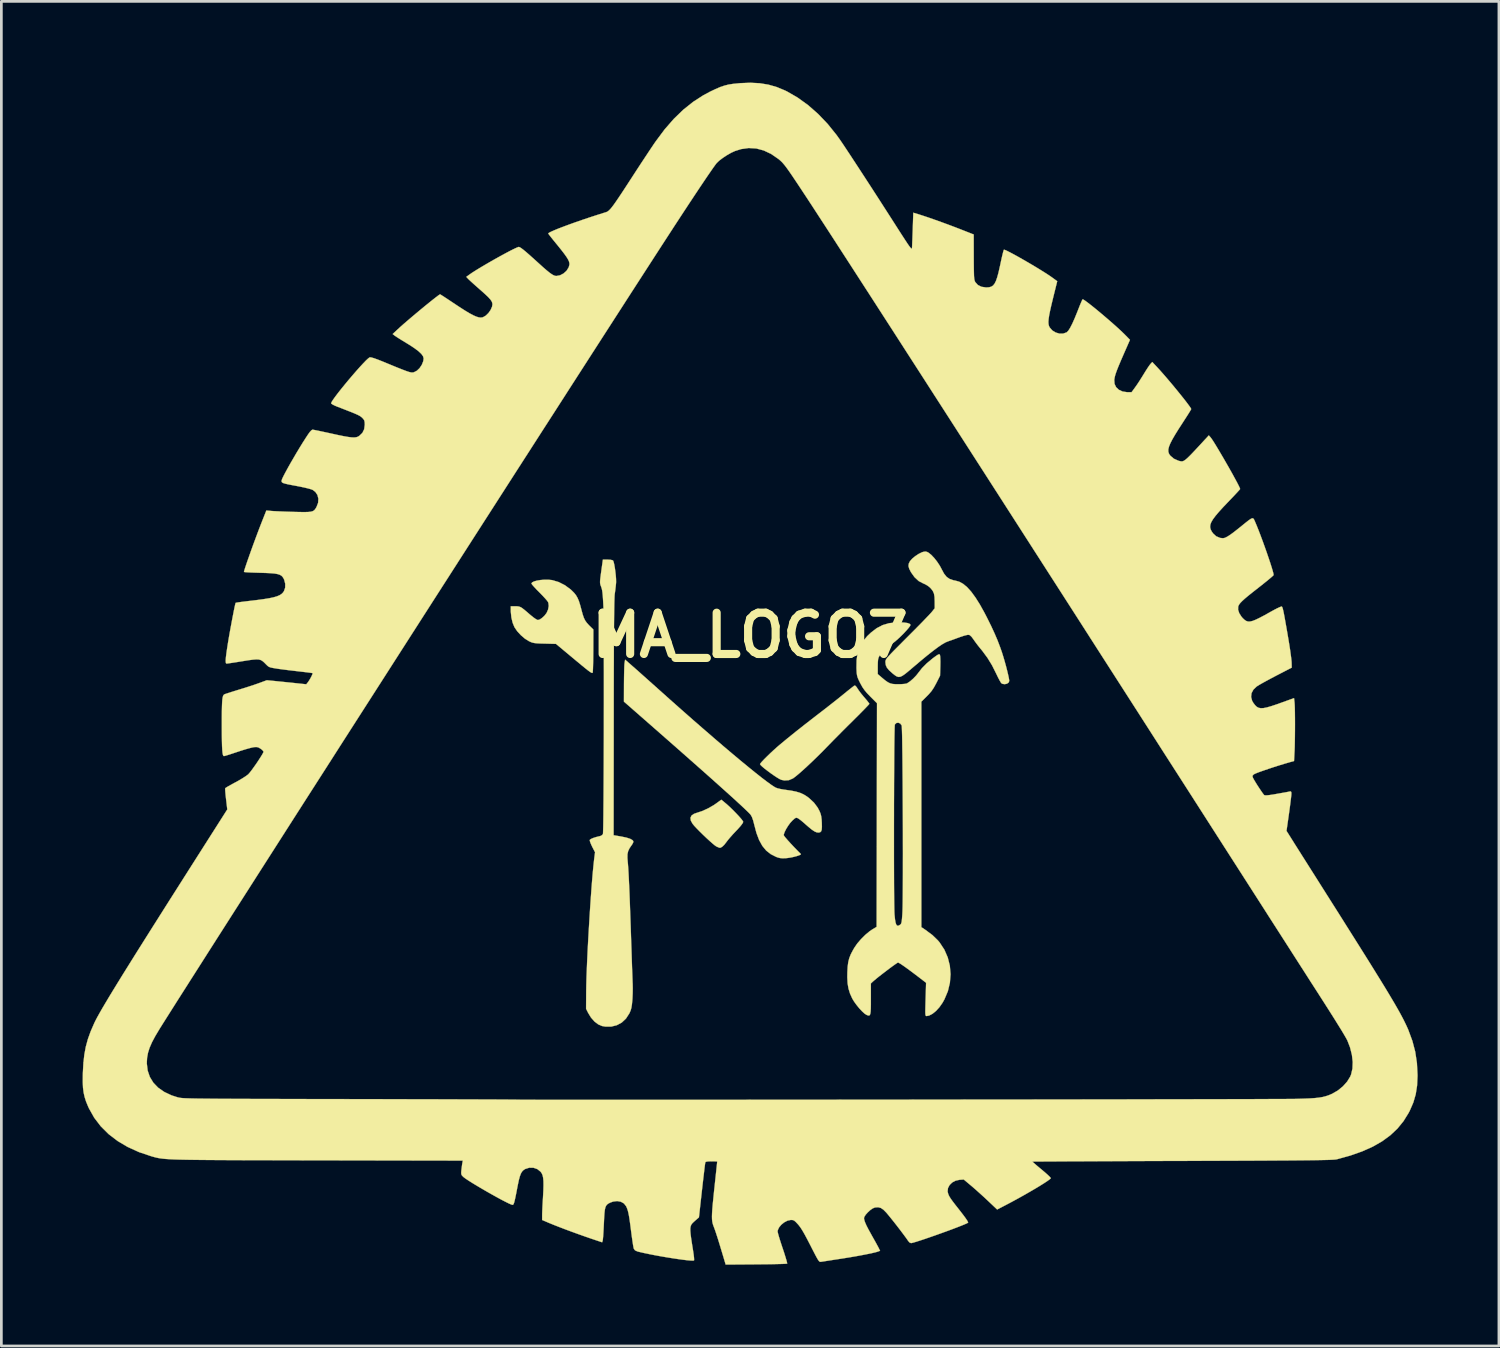
<source format=kicad_pcb>
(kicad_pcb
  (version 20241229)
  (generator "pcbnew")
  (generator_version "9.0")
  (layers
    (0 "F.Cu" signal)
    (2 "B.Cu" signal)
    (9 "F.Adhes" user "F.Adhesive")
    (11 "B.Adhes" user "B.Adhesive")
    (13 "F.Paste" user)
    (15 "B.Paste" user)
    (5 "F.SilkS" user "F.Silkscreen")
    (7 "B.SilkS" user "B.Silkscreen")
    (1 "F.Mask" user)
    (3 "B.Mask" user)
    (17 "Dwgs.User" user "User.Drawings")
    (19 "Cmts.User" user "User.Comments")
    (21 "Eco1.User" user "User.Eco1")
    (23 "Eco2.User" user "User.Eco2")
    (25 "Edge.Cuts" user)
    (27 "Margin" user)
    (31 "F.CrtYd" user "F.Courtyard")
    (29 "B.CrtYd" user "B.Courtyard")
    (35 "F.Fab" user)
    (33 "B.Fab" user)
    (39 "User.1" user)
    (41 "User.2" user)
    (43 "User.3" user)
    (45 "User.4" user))
  (footprint "MA_LOGO7"
    (layer "F.Cu")
    (at 24.639 20.402)
    (property "Reference" "MA_LOGO7" (at 0 0 0) (layer "F.SilkS") (effects (font (size 1.524 1.524) (thickness 0.3))))
    (attr through_hole)
    (fp_poly (pts (xy -0.958 6.154) (xy -0.86 6.236) (xy -0.75 6.336) (xy -0.636 6.447) (xy -0.524 6.561) (xy -0.422 6.669) (xy -0.338 6.764) (xy -0.28 6.838) (xy -0.254 6.883) (xy -0.254 6.887) (xy -0.275 6.937) (xy -0.336 7.02) (xy -0.435 7.134) (xy -0.517 7.221) (xy -0.625 7.335) (xy -0.726 7.449) (xy -0.811 7.549) (xy -0.868 7.623) (xy -0.87 7.626) (xy -0.954 7.734) (xy -1.034 7.809) (xy -1.1 7.844) (xy -1.114 7.845) (xy -1.156 7.833) (xy -1.225 7.804) (xy -1.242 7.796) (xy -1.297 7.759) (xy -1.382 7.689) (xy -1.489 7.595) (xy -1.61 7.484) (xy -1.736 7.364) (xy -1.858 7.244) (xy -1.968 7.132) (xy -2.058 7.036) (xy -2.118 6.963) (xy -2.121 6.96) (xy -2.188 6.84) (xy -2.201 6.737) (xy -2.161 6.653) (xy -2.068 6.589) (xy -1.973 6.556) (xy -1.767 6.488) (xy -1.548 6.388) (xy -1.338 6.267) (xy -1.246 6.203) (xy -1.063 6.07) (xy -0.958 6.154)) (stroke (width 0.01) (type solid)) (fill yes) (layer "F.SilkS"))
    (fp_poly (pts (xy 3.888 1.862) (xy 3.937 1.918) (xy 3.963 1.961) (xy 4.016 2.04) (xy 4.093 2.143) (xy 4.182 2.252) (xy 4.22 2.296) (xy 4.298 2.387) (xy 4.359 2.464) (xy 4.396 2.515) (xy 4.403 2.529) (xy 4.384 2.555) (xy 4.329 2.614) (xy 4.244 2.703) (xy 4.133 2.816) (xy 4.002 2.949) (xy 3.855 3.095) (xy 3.803 3.147) (xy 3.626 3.322) (xy 3.44 3.507) (xy 3.256 3.693) (xy 3.082 3.868) (xy 2.93 4.024) (xy 2.822 4.135) (xy 2.65 4.311) (xy 2.47 4.489) (xy 2.289 4.664) (xy 2.113 4.83) (xy 1.949 4.98) (xy 1.804 5.108) (xy 1.683 5.208) (xy 1.594 5.275) (xy 1.583 5.282) (xy 1.431 5.348) (xy 1.267 5.358) (xy 1.153 5.335) (xy 1.089 5.306) (xy 0.998 5.252) (xy 0.888 5.18) (xy 0.769 5.097) (xy 0.651 5.01) (xy 0.542 4.926) (xy 0.452 4.851) (xy 0.391 4.792) (xy 0.367 4.757) (xy 0.367 4.756) (xy 0.387 4.722) (xy 0.442 4.658) (xy 0.526 4.569) (xy 0.631 4.465) (xy 0.75 4.35) (xy 0.876 4.233) (xy 1.002 4.12) (xy 1.084 4.05) (xy 1.361 3.82) (xy 1.68 3.562) (xy 2.04 3.278) (xy 2.436 2.971) (xy 2.554 2.88) (xy 2.735 2.741) (xy 2.923 2.594) (xy 3.109 2.448) (xy 3.278 2.314) (xy 3.419 2.2) (xy 3.466 2.162) (xy 3.587 2.063) (xy 3.695 1.977) (xy 3.781 1.909) (xy 3.836 1.866) (xy 3.852 1.856) (xy 3.888 1.862)) (stroke (width 0.01) (type solid)) (fill yes) (layer "F.SilkS"))
    (fp_poly (pts (xy -7.32 -2.039) (xy -7.301 -2.036) (xy -7.067 -1.966) (xy -6.836 -1.849) (xy -6.625 -1.693) (xy -6.592 -1.663) (xy -6.5 -1.571) (xy -6.427 -1.481) (xy -6.369 -1.381) (xy -6.318 -1.261) (xy -6.27 -1.107) (xy -6.223 -0.931) (xy -6.178 -0.766) (xy -6.135 -0.641) (xy -6.086 -0.543) (xy -6.023 -0.455) (xy -5.939 -0.364) (xy -5.914 -0.34) (xy -5.786 -0.214) (xy -5.788 0.549) (xy -5.79 0.754) (xy -5.792 0.943) (xy -5.796 1.107) (xy -5.8 1.239) (xy -5.805 1.33) (xy -5.81 1.373) (xy -5.818 1.387) (xy -5.836 1.389) (xy -5.868 1.376) (xy -5.917 1.344) (xy -5.99 1.291) (xy -6.089 1.212) (xy -6.22 1.105) (xy -6.386 0.967) (xy -6.497 0.875) (xy -7.166 0.317) (xy -7.584 0.306) (xy -7.749 0.302) (xy -7.869 0.296) (xy -7.958 0.286) (xy -8.027 0.272) (xy -8.089 0.251) (xy -8.155 0.22) (xy -8.165 0.216) (xy -8.313 0.123) (xy -8.463 -0.006) (xy -8.598 -0.153) (xy -8.699 -0.302) (xy -8.7 -0.304) (xy -8.766 -0.466) (xy -8.812 -0.662) (xy -8.833 -0.872) (xy -8.834 -0.922) (xy -8.834 -1.072) (xy -8.671 -1.072) (xy -8.598 -1.071) (xy -8.538 -1.063) (xy -8.481 -1.044) (xy -8.418 -1.007) (xy -8.34 -0.948) (xy -8.236 -0.861) (xy -8.132 -0.77) (xy -8.008 -0.668) (xy -7.91 -0.599) (xy -7.843 -0.566) (xy -7.829 -0.564) (xy -7.76 -0.586) (xy -7.676 -0.644) (xy -7.59 -0.724) (xy -7.518 -0.817) (xy -7.511 -0.827) (xy -7.456 -0.953) (xy -7.433 -1.082) (xy -7.446 -1.197) (xy -7.461 -1.232) (xy -7.496 -1.281) (xy -7.563 -1.359) (xy -7.653 -1.457) (xy -7.758 -1.565) (xy -7.787 -1.594) (xy -7.89 -1.698) (xy -7.975 -1.79) (xy -8.038 -1.862) (xy -8.069 -1.906) (xy -8.072 -1.913) (xy -8.045 -1.953) (xy -7.973 -1.989) (xy -7.867 -2.019) (xy -7.738 -2.04) (xy -7.596 -2.052) (xy -7.453 -2.052) (xy -7.32 -2.039)) (stroke (width 0.01) (type solid)) (fill yes) (layer "F.SilkS"))
    (fp_poly (pts (xy -4.329 1.148) (xy -4.233 1.232) (xy -4.103 1.347) (xy -3.949 1.485) (xy -3.777 1.638) (xy -3.598 1.798) (xy -3.42 1.957) (xy -3.398 1.977) (xy -2.964 2.365) (xy -2.541 2.74) (xy -2.13 3.102) (xy -1.734 3.447) (xy -1.355 3.775) (xy -0.996 4.083) (xy -0.658 4.369) (xy -0.345 4.631) (xy -0.058 4.867) (xy 0.2 5.076) (xy 0.427 5.256) (xy 0.621 5.403) (xy 0.779 5.518) (xy 0.9 5.597) (xy 0.949 5.625) (xy 1.017 5.649) (xy 1.122 5.674) (xy 1.246 5.696) (xy 1.287 5.701) (xy 1.515 5.734) (xy 1.699 5.771) (xy 1.85 5.817) (xy 1.98 5.876) (xy 2.102 5.952) (xy 2.177 6.009) (xy 2.357 6.176) (xy 2.493 6.358) (xy 2.564 6.491) (xy 2.602 6.585) (xy 2.626 6.681) (xy 2.641 6.8) (xy 2.648 6.922) (xy 2.651 7.072) (xy 2.644 7.175) (xy 2.622 7.238) (xy 2.584 7.271) (xy 2.526 7.281) (xy 2.515 7.281) (xy 2.449 7.271) (xy 2.373 7.236) (xy 2.279 7.173) (xy 2.16 7.076) (xy 2.057 6.986) (xy 1.959 6.9) (xy 1.868 6.825) (xy 1.796 6.772) (xy 1.771 6.756) (xy 1.727 6.736) (xy 1.691 6.736) (xy 1.647 6.762) (xy 1.583 6.818) (xy 1.556 6.843) (xy 1.479 6.928) (xy 1.401 7.036) (xy 1.33 7.152) (xy 1.275 7.262) (xy 1.245 7.35) (xy 1.242 7.377) (xy 1.261 7.412) (xy 1.315 7.48) (xy 1.399 7.576) (xy 1.506 7.694) (xy 1.632 7.828) (xy 1.772 7.971) (xy 1.876 8.076) (xy 1.866 8.095) (xy 1.812 8.121) (xy 1.725 8.15) (xy 1.619 8.178) (xy 1.503 8.203) (xy 1.39 8.22) (xy 1.326 8.227) (xy 1.199 8.231) (xy 1.101 8.222) (xy 1.008 8.197) (xy 0.957 8.177) (xy 0.761 8.077) (xy 0.593 7.944) (xy 0.452 7.773) (xy 0.334 7.559) (xy 0.236 7.3) (xy 0.161 7.018) (xy 0.115 6.839) (xy 0.069 6.709) (xy 0.019 6.622) (xy 0.018 6.621) (xy -0.029 6.569) (xy -0.118 6.481) (xy -0.248 6.358) (xy -0.417 6.201) (xy -0.625 6.01) (xy -0.871 5.788) (xy -1.154 5.534) (xy -1.473 5.249) (xy -1.827 4.935) (xy -2.215 4.592) (xy -2.635 4.221) (xy -3.088 3.823) (xy -3.571 3.399) (xy -3.662 3.319) (xy -4.657 2.448) (xy -4.655 1.795) (xy -4.653 1.601) (xy -4.65 1.419) (xy -4.646 1.259) (xy -4.642 1.13) (xy -4.636 1.044) (xy -4.633 1.021) (xy -4.614 0.898) (xy -4.329 1.148)) (stroke (width 0.01) (type solid)) (fill yes) (layer "F.SilkS"))
    (fp_poly (pts (xy 6.532 -3.079) (xy 6.59 -3.048) (xy 6.688 -2.969) (xy 6.798 -2.853) (xy 6.907 -2.714) (xy 7.004 -2.567) (xy 7.071 -2.441) (xy 7.16 -2.275) (xy 7.255 -2.157) (xy 7.367 -2.079) (xy 7.505 -2.032) (xy 7.575 -2.019) (xy 7.72 -1.979) (xy 7.865 -1.899) (xy 8.012 -1.777) (xy 8.162 -1.611) (xy 8.318 -1.398) (xy 8.483 -1.137) (xy 8.657 -0.823) (xy 8.747 -0.649) (xy 8.899 -0.342) (xy 9.026 -0.067) (xy 9.135 0.188) (xy 9.23 0.437) (xy 9.299 0.634) (xy 9.345 0.782) (xy 9.394 0.947) (xy 9.442 1.12) (xy 9.485 1.288) (xy 9.522 1.441) (xy 9.55 1.568) (xy 9.565 1.658) (xy 9.567 1.686) (xy 9.543 1.745) (xy 9.481 1.787) (xy 9.401 1.804) (xy 9.32 1.793) (xy 9.279 1.771) (xy 9.25 1.733) (xy 9.205 1.654) (xy 9.149 1.546) (xy 9.088 1.42) (xy 9.084 1.411) (xy 8.931 1.106) (xy 8.764 0.833) (xy 8.569 0.569) (xy 8.504 0.491) (xy 8.415 0.38) (xy 8.328 0.265) (xy 8.257 0.166) (xy 8.243 0.145) (xy 8.176 0.055) (xy 8.112 -0.003) (xy 8.083 -0.017) (xy 8.018 -0.015) (xy 7.908 0.012) (xy 7.757 0.062) (xy 7.712 0.078) (xy 7.578 0.127) (xy 7.453 0.173) (xy 7.351 0.208) (xy 7.3 0.226) (xy 7.208 0.265) (xy 7.09 0.333) (xy 6.945 0.431) (xy 6.769 0.562) (xy 6.56 0.726) (xy 6.316 0.927) (xy 6.035 1.165) (xy 6.002 1.193) (xy 5.844 1.327) (xy 5.721 1.427) (xy 5.625 1.493) (xy 5.548 1.53) (xy 5.481 1.538) (xy 5.418 1.52) (xy 5.35 1.478) (xy 5.269 1.414) (xy 5.253 1.401) (xy 5.131 1.29) (xy 5.051 1.194) (xy 5.009 1.1) (xy 4.996 0.998) (xy 4.996 0.995) (xy 4.996 0.964) (xy 5.001 0.936) (xy 5.012 0.904) (xy 5.035 0.866) (xy 5.073 0.817) (xy 5.129 0.753) (xy 5.208 0.669) (xy 5.311 0.562) (xy 5.445 0.428) (xy 5.611 0.261) (xy 5.794 0.078) (xy 5.974 -0.103) (xy 6.146 -0.276) (xy 6.304 -0.436) (xy 6.443 -0.58) (xy 6.558 -0.7) (xy 6.645 -0.792) (xy 6.698 -0.85) (xy 6.704 -0.858) (xy 6.816 -0.997) (xy 6.815 -1.253) (xy 6.809 -1.415) (xy 6.789 -1.536) (xy 6.747 -1.633) (xy 6.68 -1.722) (xy 6.625 -1.777) (xy 6.541 -1.84) (xy 6.436 -1.897) (xy 6.396 -1.913) (xy 6.224 -2.003) (xy 6.069 -2.147) (xy 5.941 -2.327) (xy 5.875 -2.454) (xy 5.847 -2.556) (xy 5.857 -2.645) (xy 5.903 -2.736) (xy 5.906 -2.74) (xy 5.984 -2.828) (xy 6.096 -2.921) (xy 6.222 -3.004) (xy 6.341 -3.063) (xy 6.385 -3.078) (xy 6.467 -3.093) (xy 6.532 -3.079)) (stroke (width 0.01) (type solid)) (fill yes) (layer "F.SilkS"))
    (fp_poly (pts (xy -5.153 -2.788) (xy -5.08 -2.772) (xy -5.058 -2.759) (xy -5.037 -2.709) (xy -5.015 -2.617) (xy -4.993 -2.494) (xy -4.974 -2.356) (xy -4.958 -2.214) (xy -4.948 -2.082) (xy -4.946 -1.973) (xy -4.947 -1.94) (xy -4.958 -1.821) (xy -4.975 -1.677) (xy -4.994 -1.539) (xy -4.995 -1.538) (xy -5 -1.491) (xy -5.004 -1.415) (xy -5.008 -1.309) (xy -5.012 -1.171) (xy -5.015 -0.999) (xy -5.018 -0.79) (xy -5.021 -0.543) (xy -5.024 -0.256) (xy -5.026 0.074) (xy -5.028 0.448) (xy -5.029 0.868) (xy -5.031 1.337) (xy -5.032 1.856) (xy -5.033 2.428) (xy -5.033 3.034) (xy -5.038 7.38) (xy -4.768 7.426) (xy -4.568 7.467) (xy -4.425 7.513) (xy -4.337 7.564) (xy -4.309 7.602) (xy -4.315 7.648) (xy -4.349 7.714) (xy -4.365 7.737) (xy -4.449 7.858) (xy -4.501 7.966) (xy -4.526 8.08) (xy -4.528 8.218) (xy -4.518 8.347) (xy -4.508 8.457) (xy -4.498 8.6) (xy -4.487 8.777) (xy -4.476 8.992) (xy -4.464 9.248) (xy -4.451 9.546) (xy -4.438 9.89) (xy -4.424 10.282) (xy -4.408 10.725) (xy -4.392 11.222) (xy -4.39 11.289) (xy -4.38 11.565) (xy -4.371 11.835) (xy -4.363 12.09) (xy -4.355 12.323) (xy -4.347 12.527) (xy -4.341 12.695) (xy -4.337 12.818) (xy -4.334 12.869) (xy -4.331 13.035) (xy -4.334 13.225) (xy -4.342 13.408) (xy -4.347 13.475) (xy -4.362 13.628) (xy -4.38 13.743) (xy -4.406 13.838) (xy -4.444 13.93) (xy -4.459 13.96) (xy -4.581 14.148) (xy -4.736 14.294) (xy -4.919 14.393) (xy -5.124 14.444) (xy -5.345 14.444) (xy -5.465 14.423) (xy -5.605 14.363) (xy -5.744 14.257) (xy -5.871 14.113) (xy -5.976 13.942) (xy -6.054 13.787) (xy -6.05 13.137) (xy -6.046 12.91) (xy -6.039 12.639) (xy -6.027 12.33) (xy -6.013 11.993) (xy -5.996 11.632) (xy -5.976 11.256) (xy -5.954 10.871) (xy -5.931 10.483) (xy -5.907 10.101) (xy -5.882 9.732) (xy -5.857 9.381) (xy -5.832 9.056) (xy -5.807 8.764) (xy -5.783 8.512) (xy -5.761 8.307) (xy -5.754 8.245) (xy -5.723 8.009) (xy -5.829 7.803) (xy -5.876 7.702) (xy -5.908 7.617) (xy -5.92 7.562) (xy -5.918 7.554) (xy -5.882 7.523) (xy -5.802 7.486) (xy -5.689 7.449) (xy -5.557 7.416) (xy -5.528 7.41) (xy -5.46 7.374) (xy -5.431 7.331) (xy -5.428 7.293) (xy -5.425 7.203) (xy -5.421 7.063) (xy -5.418 6.879) (xy -5.415 6.654) (xy -5.413 6.391) (xy -5.41 6.095) (xy -5.408 5.77) (xy -5.406 5.419) (xy -5.404 5.045) (xy -5.402 4.654) (xy -5.401 4.248) (xy -5.399 3.832) (xy -5.398 3.41) (xy -5.398 2.984) (xy -5.397 2.56) (xy -5.397 2.141) (xy -5.397 1.73) (xy -5.397 1.333) (xy -5.398 0.951) (xy -5.399 0.59) (xy -5.4 0.253) (xy -5.401 -0.056) (xy -5.403 -0.334) (xy -5.405 -0.576) (xy -5.408 -0.778) (xy -5.41 -0.937) (xy -5.414 -1.049) (xy -5.415 -1.072) (xy -5.426 -1.284) (xy -5.437 -1.448) (xy -5.449 -1.574) (xy -5.463 -1.669) (xy -5.481 -1.742) (xy -5.498 -1.792) (xy -5.519 -1.847) (xy -5.532 -1.895) (xy -5.538 -1.946) (xy -5.537 -2.012) (xy -5.528 -2.103) (xy -5.512 -2.231) (xy -5.494 -2.364) (xy -5.434 -2.794) (xy -5.261 -2.794) (xy -5.153 -2.788)) (stroke (width 0.01) (type solid)) (fill yes) (layer "F.SilkS"))
    (fp_poly (pts (xy 5.689 -0.471) (xy 5.82 -0.451) (xy 5.897 -0.42) (xy 5.922 -0.386) (xy 5.906 -0.346) (xy 5.856 -0.277) (xy 5.779 -0.187) (xy 5.684 -0.084) (xy 5.578 0.023) (xy 5.469 0.125) (xy 5.366 0.216) (xy 5.276 0.286) (xy 5.257 0.3) (xy 5.14 0.387) (xy 5.016 0.496) (xy 4.899 0.612) (xy 4.806 0.72) (xy 4.766 0.776) (xy 4.74 0.83) (xy 4.724 0.898) (xy 4.716 0.996) (xy 4.713 1.136) (xy 4.713 1.147) (xy 4.713 1.432) (xy 4.861 1.559) (xy 4.984 1.661) (xy 5.082 1.73) (xy 5.169 1.773) (xy 5.261 1.796) (xy 5.374 1.805) (xy 5.47 1.806) (xy 5.593 1.803) (xy 5.701 1.794) (xy 5.776 1.781) (xy 5.794 1.774) (xy 5.904 1.701) (xy 6.024 1.597) (xy 6.137 1.479) (xy 6.218 1.375) (xy 6.346 1.212) (xy 6.518 1.038) (xy 6.726 0.864) (xy 6.8 0.808) (xy 6.892 0.742) (xy 6.95 0.708) (xy 6.984 0.7) (xy 7.004 0.715) (xy 7.007 0.721) (xy 7.016 0.765) (xy 7.022 0.854) (xy 7.025 0.974) (xy 7.023 1.114) (xy 7.023 1.128) (xy 7.013 1.49) (xy 6.873 1.767) (xy 6.786 1.926) (xy 6.7 2.055) (xy 6.598 2.174) (xy 6.527 2.247) (xy 6.322 2.451) (xy 6.322 10.773) (xy 6.47 10.872) (xy 6.728 11.064) (xy 6.931 11.26) (xy 6.994 11.335) (xy 7.171 11.603) (xy 7.297 11.893) (xy 7.374 12.198) (xy 7.4 12.511) (xy 7.376 12.826) (xy 7.301 13.138) (xy 7.174 13.439) (xy 7.102 13.568) (xy 6.987 13.732) (xy 6.861 13.869) (xy 6.732 13.973) (xy 6.609 14.037) (xy 6.516 14.055) (xy 6.498 14.053) (xy 6.485 14.042) (xy 6.475 14.017) (xy 6.47 13.969) (xy 6.468 13.891) (xy 6.47 13.777) (xy 6.474 13.62) (xy 6.479 13.441) (xy 6.497 12.827) (xy 6.221 12.615) (xy 6.005 12.451) (xy 5.821 12.315) (xy 5.672 12.208) (xy 5.56 12.132) (xy 5.487 12.089) (xy 5.461 12.079) (xy 5.429 12.096) (xy 5.362 12.141) (xy 5.266 12.209) (xy 5.152 12.293) (xy 5.027 12.388) (xy 4.899 12.486) (xy 4.776 12.581) (xy 4.668 12.668) (xy 4.582 12.74) (xy 4.537 12.779) (xy 4.459 12.852) (xy 4.459 13.421) (xy 4.459 13.63) (xy 4.456 13.788) (xy 4.449 13.902) (xy 4.437 13.977) (xy 4.418 14.02) (xy 4.391 14.036) (xy 4.353 14.032) (xy 4.304 14.014) (xy 4.302 14.014) (xy 4.228 13.966) (xy 4.135 13.881) (xy 4.032 13.771) (xy 3.931 13.647) (xy 3.84 13.521) (xy 3.771 13.406) (xy 3.689 13.225) (xy 3.633 13.043) (xy 3.6 12.848) (xy 3.588 12.623) (xy 3.591 12.438) (xy 3.602 12.232) (xy 3.624 12.064) (xy 3.661 11.917) (xy 3.719 11.772) (xy 3.803 11.613) (xy 3.85 11.532) (xy 3.957 11.377) (xy 4.097 11.214) (xy 4.252 11.059) (xy 4.409 10.928) (xy 4.516 10.855) (xy 4.671 10.763) (xy 4.677 7.409) (xy 5.311 7.409) (xy 5.311 7.788) (xy 5.311 8.157) (xy 5.312 8.51) (xy 5.313 8.845) (xy 5.314 9.156) (xy 5.316 9.44) (xy 5.318 9.692) (xy 5.321 9.908) (xy 5.324 10.084) (xy 5.327 10.216) (xy 5.331 10.3) (xy 5.332 10.311) (xy 5.35 10.487) (xy 5.372 10.611) (xy 5.4 10.688) (xy 5.437 10.722) (xy 5.485 10.717) (xy 5.544 10.681) (xy 5.567 10.657) (xy 5.584 10.619) (xy 5.597 10.556) (xy 5.608 10.459) (xy 5.619 10.319) (xy 5.623 10.252) (xy 5.627 10.158) (xy 5.631 10.017) (xy 5.634 9.833) (xy 5.636 9.609) (xy 5.638 9.35) (xy 5.64 9.06) (xy 5.641 8.744) (xy 5.641 8.405) (xy 5.642 8.048) (xy 5.641 7.678) (xy 5.641 7.298) (xy 5.64 6.913) (xy 5.638 6.526) (xy 5.636 6.143) (xy 5.634 5.767) (xy 5.632 5.402) (xy 5.629 5.054) (xy 5.626 4.725) (xy 5.623 4.421) (xy 5.619 4.145) (xy 5.616 3.902) (xy 5.612 3.696) (xy 5.607 3.532) (xy 5.603 3.412) (xy 5.599 3.343) (xy 5.596 3.327) (xy 5.543 3.257) (xy 5.473 3.226) (xy 5.402 3.236) (xy 5.347 3.289) (xy 5.344 3.296) (xy 5.34 3.332) (xy 5.336 3.42) (xy 5.333 3.556) (xy 5.329 3.736) (xy 5.326 3.955) (xy 5.323 4.21) (xy 5.321 4.496) (xy 5.319 4.81) (xy 5.317 5.146) (xy 5.315 5.501) (xy 5.314 5.871) (xy 5.312 6.25) (xy 5.312 6.636) (xy 5.311 7.024) (xy 5.311 7.409) (xy 4.677 7.409) (xy 4.678 6.635) (xy 4.685 2.507) (xy 4.438 2.26) (xy 4.313 2.13) (xy 4.22 2.018) (xy 4.144 1.907) (xy 4.073 1.778) (xy 4.064 1.762) (xy 4.008 1.647) (xy 3.971 1.56) (xy 3.949 1.481) (xy 3.936 1.392) (xy 3.93 1.274) (xy 3.927 1.204) (xy 3.932 0.912) (xy 3.969 0.658) (xy 4.045 0.433) (xy 4.161 0.228) (xy 4.322 0.033) (xy 4.463 -0.101) (xy 4.675 -0.263) (xy 4.894 -0.377) (xy 5.131 -0.447) (xy 5.397 -0.476) (xy 5.503 -0.478) (xy 5.689 -0.471)) (stroke (width 0.01) (type solid)) (fill yes) (layer "F.SilkS"))
    (fp_poly (pts (xy 0.355 -20.379) (xy 0.676 -20.327) (xy 0.983 -20.239) (xy 1.289 -20.112) (xy 1.359 -20.078) (xy 1.753 -19.851) (xy 2.139 -19.573) (xy 2.51 -19.247) (xy 2.862 -18.879) (xy 3.19 -18.472) (xy 3.325 -18.283) (xy 3.422 -18.14) (xy 3.546 -17.954) (xy 3.694 -17.73) (xy 3.864 -17.471) (xy 4.052 -17.183) (xy 4.256 -16.87) (xy 4.472 -16.537) (xy 4.698 -16.188) (xy 4.93 -15.827) (xy 5.166 -15.46) (xy 5.336 -15.195) (xy 5.491 -14.952) (xy 5.619 -14.753) (xy 5.722 -14.595) (xy 5.802 -14.473) (xy 5.864 -14.383) (xy 5.909 -14.323) (xy 5.94 -14.287) (xy 5.959 -14.273) (xy 5.971 -14.277) (xy 5.976 -14.294) (xy 5.977 -14.306) (xy 5.981 -14.364) (xy 5.985 -14.469) (xy 5.991 -14.61) (xy 5.997 -14.777) (xy 6.004 -14.959) (xy 6.005 -15.004) (xy 6.025 -15.6) (xy 6.209 -15.545) (xy 6.373 -15.492) (xy 6.578 -15.424) (xy 6.812 -15.342) (xy 7.061 -15.253) (xy 7.315 -15.16) (xy 7.562 -15.067) (xy 7.772 -14.986) (xy 8.255 -14.796) (xy 8.257 -13.963) (xy 8.258 -13.722) (xy 8.26 -13.531) (xy 8.263 -13.383) (xy 8.266 -13.271) (xy 8.272 -13.19) (xy 8.28 -13.131) (xy 8.291 -13.088) (xy 8.304 -13.055) (xy 8.314 -13.038) (xy 8.408 -12.932) (xy 8.54 -12.866) (xy 8.707 -12.841) (xy 8.723 -12.841) (xy 8.82 -12.847) (xy 8.899 -12.868) (xy 8.967 -12.91) (xy 9.024 -12.979) (xy 9.075 -13.079) (xy 9.123 -13.217) (xy 9.172 -13.398) (xy 9.224 -13.627) (xy 9.243 -13.716) (xy 9.277 -13.877) (xy 9.309 -14.018) (xy 9.337 -14.131) (xy 9.358 -14.206) (xy 9.369 -14.234) (xy 9.401 -14.229) (xy 9.474 -14.197) (xy 9.582 -14.143) (xy 9.718 -14.071) (xy 9.877 -13.984) (xy 10.051 -13.885) (xy 10.235 -13.779) (xy 10.421 -13.67) (xy 10.604 -13.56) (xy 10.776 -13.454) (xy 10.932 -13.356) (xy 11.064 -13.269) (xy 11.165 -13.198) (xy 11.338 -13.072) (xy 11.185 -12.455) (xy 11.122 -12.194) (xy 11.074 -11.981) (xy 11.04 -11.81) (xy 11.02 -11.674) (xy 11.012 -11.568) (xy 11.017 -11.485) (xy 11.034 -11.418) (xy 11.061 -11.363) (xy 11.156 -11.254) (xy 11.28 -11.178) (xy 11.417 -11.137) (xy 11.555 -11.137) (xy 11.679 -11.18) (xy 11.692 -11.188) (xy 11.748 -11.245) (xy 11.815 -11.35) (xy 11.894 -11.503) (xy 11.985 -11.708) (xy 12.089 -11.964) (xy 12.12 -12.044) (xy 12.171 -12.173) (xy 12.217 -12.283) (xy 12.252 -12.362) (xy 12.273 -12.401) (xy 12.275 -12.403) (xy 12.307 -12.392) (xy 12.374 -12.348) (xy 12.472 -12.275) (xy 12.596 -12.179) (xy 12.738 -12.065) (xy 12.894 -11.936) (xy 13.058 -11.798) (xy 13.224 -11.656) (xy 13.387 -11.514) (xy 13.541 -11.377) (xy 13.68 -11.249) (xy 13.798 -11.136) (xy 13.862 -11.072) (xy 14.023 -10.908) (xy 13.788 -10.372) (xy 13.689 -10.145) (xy 13.612 -9.962) (xy 13.553 -9.816) (xy 13.51 -9.699) (xy 13.479 -9.604) (xy 13.459 -9.524) (xy 13.447 -9.451) (xy 13.444 -9.426) (xy 13.454 -9.282) (xy 13.512 -9.159) (xy 13.612 -9.064) (xy 13.748 -9) (xy 13.914 -8.975) (xy 13.932 -8.975) (xy 14.083 -8.975) (xy 14.21 -9.148) (xy 14.277 -9.243) (xy 14.361 -9.369) (xy 14.45 -9.51) (xy 14.524 -9.629) (xy 14.601 -9.754) (xy 14.674 -9.868) (xy 14.736 -9.959) (xy 14.777 -10.013) (xy 14.778 -10.014) (xy 14.846 -10.089) (xy 15.031 -9.892) (xy 15.138 -9.775) (xy 15.261 -9.636) (xy 15.395 -9.481) (xy 15.534 -9.317) (xy 15.674 -9.148) (xy 15.811 -8.981) (xy 15.94 -8.821) (xy 16.055 -8.676) (xy 16.151 -8.55) (xy 16.225 -8.45) (xy 16.271 -8.382) (xy 16.284 -8.352) (xy 16.269 -8.322) (xy 16.228 -8.253) (xy 16.165 -8.152) (xy 16.085 -8.027) (xy 15.993 -7.885) (xy 15.983 -7.869) (xy 15.819 -7.616) (xy 15.688 -7.405) (xy 15.586 -7.229) (xy 15.512 -7.084) (xy 15.464 -6.965) (xy 15.44 -6.868) (xy 15.439 -6.786) (xy 15.458 -6.716) (xy 15.496 -6.653) (xy 15.511 -6.633) (xy 15.644 -6.519) (xy 15.813 -6.444) (xy 15.859 -6.432) (xy 15.9 -6.423) (xy 15.938 -6.42) (xy 15.976 -6.426) (xy 16.018 -6.445) (xy 16.069 -6.479) (xy 16.133 -6.534) (xy 16.214 -6.611) (xy 16.317 -6.716) (xy 16.444 -6.851) (xy 16.601 -7.019) (xy 16.791 -7.226) (xy 16.817 -7.253) (xy 16.934 -7.38) (xy 16.999 -7.307) (xy 17.04 -7.252) (xy 17.102 -7.159) (xy 17.181 -7.032) (xy 17.273 -6.879) (xy 17.375 -6.707) (xy 17.483 -6.523) (xy 17.593 -6.332) (xy 17.701 -6.143) (xy 17.803 -5.961) (xy 17.895 -5.793) (xy 17.974 -5.647) (xy 18.035 -5.528) (xy 18.075 -5.444) (xy 18.09 -5.402) (xy 18.09 -5.401) (xy 18.072 -5.377) (xy 18.02 -5.319) (xy 17.94 -5.232) (xy 17.838 -5.123) (xy 17.719 -4.999) (xy 17.679 -4.957) (xy 17.475 -4.743) (xy 17.31 -4.562) (xy 17.181 -4.41) (xy 17.086 -4.282) (xy 17.023 -4.174) (xy 16.989 -4.08) (xy 16.982 -3.996) (xy 16.999 -3.917) (xy 17.039 -3.837) (xy 17.091 -3.762) (xy 17.206 -3.656) (xy 17.348 -3.596) (xy 17.45 -3.584) (xy 17.503 -3.591) (xy 17.566 -3.615) (xy 17.645 -3.659) (xy 17.746 -3.726) (xy 17.875 -3.822) (xy 18.036 -3.949) (xy 18.154 -4.044) (xy 18.297 -4.16) (xy 18.403 -4.243) (xy 18.479 -4.295) (xy 18.531 -4.32) (xy 18.567 -4.318) (xy 18.594 -4.292) (xy 18.618 -4.245) (xy 18.639 -4.197) (xy 18.699 -4.055) (xy 18.767 -3.886) (xy 18.84 -3.696) (xy 18.916 -3.492) (xy 18.992 -3.282) (xy 19.066 -3.073) (xy 19.135 -2.871) (xy 19.198 -2.684) (xy 19.25 -2.52) (xy 19.291 -2.384) (xy 19.317 -2.285) (xy 19.326 -2.229) (xy 19.325 -2.222) (xy 19.299 -2.194) (xy 19.234 -2.136) (xy 19.137 -2.055) (xy 19.014 -1.955) (xy 18.872 -1.841) (xy 18.757 -1.751) (xy 18.552 -1.59) (xy 18.388 -1.459) (xy 18.261 -1.352) (xy 18.166 -1.265) (xy 18.098 -1.195) (xy 18.053 -1.136) (xy 18.026 -1.084) (xy 18.017 -1.055) (xy 18.015 -0.942) (xy 18.058 -0.815) (xy 18.14 -0.687) (xy 18.186 -0.634) (xy 18.249 -0.574) (xy 18.31 -0.532) (xy 18.376 -0.509) (xy 18.452 -0.508) (xy 18.545 -0.529) (xy 18.661 -0.574) (xy 18.807 -0.644) (xy 18.989 -0.74) (xy 19.208 -0.863) (xy 19.341 -0.936) (xy 19.459 -0.997) (xy 19.552 -1.04) (xy 19.61 -1.062) (xy 19.624 -1.064) (xy 19.636 -1.054) (xy 19.648 -1.031) (xy 19.662 -0.991) (xy 19.678 -0.927) (xy 19.698 -0.835) (xy 19.722 -0.711) (xy 19.751 -0.55) (xy 19.787 -0.346) (xy 19.831 -0.095) (xy 19.871 0.141) (xy 19.904 0.341) (xy 19.934 0.534) (xy 19.958 0.709) (xy 19.977 0.856) (xy 19.988 0.964) (xy 19.99 0.999) (xy 19.995 1.193) (xy 19.415 1.493) (xy 19.24 1.585) (xy 19.073 1.675) (xy 18.925 1.756) (xy 18.804 1.825) (xy 18.721 1.876) (xy 18.698 1.892) (xy 18.579 2.006) (xy 18.511 2.136) (xy 18.495 2.276) (xy 18.533 2.418) (xy 18.579 2.497) (xy 18.64 2.577) (xy 18.7 2.636) (xy 18.767 2.674) (xy 18.848 2.691) (xy 18.948 2.688) (xy 19.075 2.663) (xy 19.236 2.617) (xy 19.437 2.55) (xy 19.624 2.483) (xy 20.08 2.319) (xy 20.098 2.479) (xy 20.104 2.565) (xy 20.109 2.697) (xy 20.112 2.867) (xy 20.114 3.064) (xy 20.115 3.279) (xy 20.114 3.502) (xy 20.112 3.723) (xy 20.109 3.932) (xy 20.105 4.121) (xy 20.099 4.279) (xy 20.097 4.302) (xy 20.08 4.64) (xy 19.897 4.692) (xy 19.718 4.744) (xy 19.529 4.802) (xy 19.336 4.863) (xy 19.149 4.925) (xy 18.976 4.984) (xy 18.825 5.037) (xy 18.705 5.082) (xy 18.625 5.117) (xy 18.596 5.133) (xy 18.552 5.177) (xy 18.548 5.22) (xy 18.566 5.265) (xy 18.599 5.327) (xy 18.653 5.418) (xy 18.72 5.526) (xy 18.793 5.638) (xy 18.864 5.744) (xy 18.924 5.83) (xy 18.967 5.886) (xy 18.978 5.897) (xy 19.009 5.908) (xy 19.071 5.908) (xy 19.169 5.898) (xy 19.311 5.877) (xy 19.435 5.855) (xy 19.587 5.828) (xy 19.724 5.804) (xy 19.833 5.784) (xy 19.903 5.77) (xy 19.918 5.766) (xy 19.961 5.763) (xy 19.979 5.79) (xy 19.982 5.846) (xy 19.979 5.901) (xy 19.968 6.002) (xy 19.951 6.141) (xy 19.93 6.307) (xy 19.905 6.491) (xy 19.893 6.58) (xy 19.802 7.22) (xy 20.039 7.596) (xy 20.092 7.682) (xy 20.173 7.81) (xy 20.278 7.976) (xy 20.405 8.177) (xy 20.55 8.406) (xy 20.71 8.659) (xy 20.883 8.932) (xy 21.065 9.22) (xy 21.254 9.519) (xy 21.445 9.821) (xy 21.782 10.353) (xy 22.089 10.841) (xy 22.369 11.285) (xy 22.623 11.689) (xy 22.853 12.056) (xy 23.059 12.388) (xy 23.244 12.687) (xy 23.409 12.955) (xy 23.555 13.196) (xy 23.684 13.412) (xy 23.798 13.605) (xy 23.897 13.777) (xy 23.984 13.932) (xy 24.059 14.071) (xy 24.125 14.197) (xy 24.182 14.313) (xy 24.233 14.42) (xy 24.279 14.523) (xy 24.299 14.569) (xy 24.449 14.975) (xy 24.554 15.376) (xy 24.616 15.789) (xy 24.638 16.228) (xy 24.638 16.269) (xy 24.622 16.623) (xy 24.572 16.943) (xy 24.484 17.245) (xy 24.355 17.542) (xy 24.31 17.629) (xy 24.122 17.933) (xy 23.898 18.208) (xy 23.635 18.456) (xy 23.332 18.678) (xy 22.986 18.876) (xy 22.594 19.051) (xy 22.153 19.206) (xy 21.662 19.342) (xy 21.661 19.342) (xy 21.634 19.347) (xy 21.595 19.352) (xy 21.541 19.356) (xy 21.47 19.36) (xy 21.38 19.364) (xy 21.269 19.367) (xy 21.133 19.37) (xy 20.972 19.373) (xy 20.782 19.376) (xy 20.562 19.379) (xy 20.309 19.381) (xy 20.02 19.384) (xy 19.694 19.386) (xy 19.329 19.388) (xy 18.921 19.391) (xy 18.469 19.393) (xy 17.97 19.395) (xy 17.422 19.397) (xy 16.824 19.399) (xy 16.171 19.402) (xy 15.96 19.403) (xy 15.405 19.404) (xy 14.866 19.406) (xy 14.344 19.408) (xy 13.844 19.41) (xy 13.366 19.412) (xy 12.915 19.414) (xy 12.492 19.416) (xy 12.1 19.418) (xy 11.743 19.419) (xy 11.423 19.421) (xy 11.142 19.423) (xy 10.903 19.424) (xy 10.709 19.425) (xy 10.563 19.426) (xy 10.467 19.427) (xy 10.424 19.428) (xy 10.422 19.428) (xy 10.44 19.447) (xy 10.495 19.496) (xy 10.579 19.569) (xy 10.686 19.659) (xy 10.767 19.726) (xy 10.884 19.825) (xy 10.983 19.913) (xy 11.056 19.983) (xy 11.097 20.029) (xy 11.103 20.042) (xy 11.063 20.08) (xy 10.98 20.141) (xy 10.858 20.222) (xy 10.705 20.318) (xy 10.526 20.426) (xy 10.327 20.542) (xy 10.115 20.664) (xy 9.894 20.787) (xy 9.672 20.908) (xy 9.521 20.988) (xy 9.121 21.197) (xy 8.773 20.868) (xy 8.631 20.735) (xy 8.477 20.596) (xy 8.328 20.462) (xy 8.198 20.349) (xy 8.156 20.314) (xy 7.888 20.089) (xy 7.731 20.1) (xy 7.587 20.132) (xy 7.462 20.198) (xy 7.366 20.292) (xy 7.306 20.403) (xy 7.292 20.523) (xy 7.297 20.554) (xy 7.311 20.611) (xy 7.332 20.667) (xy 7.364 20.729) (xy 7.412 20.803) (xy 7.48 20.898) (xy 7.574 21.021) (xy 7.697 21.177) (xy 7.734 21.224) (xy 7.858 21.384) (xy 7.953 21.513) (xy 8.017 21.608) (xy 8.047 21.666) (xy 8.048 21.681) (xy 8.007 21.705) (xy 7.921 21.743) (xy 7.795 21.795) (xy 7.638 21.856) (xy 7.457 21.925) (xy 7.259 21.998) (xy 7.051 22.073) (xy 6.842 22.148) (xy 6.638 22.219) (xy 6.446 22.285) (xy 6.274 22.342) (xy 6.13 22.388) (xy 6.02 22.42) (xy 5.953 22.436) (xy 5.941 22.437) (xy 5.883 22.412) (xy 5.833 22.353) (xy 5.793 22.293) (xy 5.724 22.198) (xy 5.634 22.077) (xy 5.53 21.939) (xy 5.418 21.794) (xy 5.305 21.65) (xy 5.198 21.516) (xy 5.104 21.401) (xy 5.033 21.316) (xy 4.924 21.205) (xy 4.827 21.139) (xy 4.729 21.113) (xy 4.618 21.121) (xy 4.599 21.125) (xy 4.522 21.158) (xy 4.433 21.221) (xy 4.345 21.302) (xy 4.269 21.387) (xy 4.219 21.465) (xy 4.205 21.512) (xy 4.214 21.579) (xy 4.243 21.667) (xy 4.294 21.784) (xy 4.371 21.934) (xy 4.476 22.124) (xy 4.495 22.159) (xy 4.57 22.292) (xy 4.641 22.419) (xy 4.699 22.526) (xy 4.738 22.598) (xy 4.738 22.599) (xy 4.799 22.72) (xy 4.73 22.746) (xy 4.648 22.771) (xy 4.518 22.802) (xy 4.348 22.838) (xy 4.145 22.878) (xy 3.918 22.92) (xy 3.673 22.962) (xy 3.42 23.003) (xy 3.33 23.017) (xy 3.143 23.045) (xy 2.971 23.072) (xy 2.823 23.095) (xy 2.708 23.113) (xy 2.635 23.124) (xy 2.619 23.127) (xy 2.594 23.129) (xy 2.571 23.123) (xy 2.546 23.103) (xy 2.515 23.063) (xy 2.475 22.997) (xy 2.422 22.9) (xy 2.352 22.765) (xy 2.261 22.588) (xy 2.228 22.522) (xy 2.113 22.3) (xy 2.018 22.122) (xy 1.937 21.981) (xy 1.868 21.872) (xy 1.805 21.787) (xy 1.766 21.741) (xy 1.688 21.658) (xy 1.633 21.61) (xy 1.585 21.587) (xy 1.53 21.582) (xy 1.5 21.582) (xy 1.38 21.608) (xy 1.261 21.67) (xy 1.153 21.757) (xy 1.069 21.858) (xy 1.022 21.961) (xy 1.016 22.008) (xy 1.025 22.056) (xy 1.049 22.148) (xy 1.087 22.275) (xy 1.135 22.426) (xy 1.19 22.594) (xy 1.202 22.628) (xy 1.257 22.793) (xy 1.303 22.941) (xy 1.339 23.062) (xy 1.362 23.148) (xy 1.37 23.191) (xy 1.369 23.194) (xy 1.337 23.198) (xy 1.256 23.203) (xy 1.13 23.207) (xy 0.966 23.211) (xy 0.77 23.215) (xy 0.548 23.218) (xy 0.306 23.22) (xy 0.225 23.221) (xy -0.901 23.229) (xy -0.975 22.981) (xy -1.059 22.702) (xy -1.129 22.471) (xy -1.187 22.283) (xy -1.236 22.131) (xy -1.276 22.01) (xy -1.31 21.913) (xy -1.339 21.836) (xy -1.364 21.769) (xy -1.383 21.704) (xy -1.397 21.633) (xy -1.405 21.551) (xy -1.407 21.452) (xy -1.403 21.329) (xy -1.393 21.177) (xy -1.377 20.99) (xy -1.354 20.761) (xy -1.326 20.484) (xy -1.312 20.36) (xy -1.289 20.139) (xy -1.267 19.935) (xy -1.248 19.757) (xy -1.233 19.611) (xy -1.221 19.503) (xy -1.215 19.441) (xy -1.214 19.427) (xy -1.239 19.422) (xy -1.308 19.419) (xy -1.406 19.417) (xy -1.426 19.417) (xy -1.555 19.421) (xy -1.629 19.435) (xy -1.652 19.452) (xy -1.658 19.488) (xy -1.67 19.572) (xy -1.686 19.7) (xy -1.705 19.864) (xy -1.728 20.058) (xy -1.753 20.275) (xy -1.777 20.487) (xy -1.888 21.486) (xy -2.03 21.61) (xy -2.089 21.663) (xy -2.137 21.711) (xy -2.171 21.76) (xy -2.194 21.817) (xy -2.206 21.888) (xy -2.206 21.981) (xy -2.196 22.103) (xy -2.176 22.258) (xy -2.146 22.456) (xy -2.107 22.701) (xy -2.101 22.739) (xy -2.082 22.867) (xy -2.07 22.974) (xy -2.066 23.048) (xy -2.069 23.076) (xy -2.108 23.083) (xy -2.195 23.08) (xy -2.323 23.069) (xy -2.484 23.05) (xy -2.671 23.024) (xy -2.877 22.993) (xy -3.094 22.958) (xy -3.315 22.92) (xy -3.533 22.88) (xy -3.74 22.839) (xy -3.929 22.799) (xy -4.093 22.761) (xy -4.157 22.745) (xy -4.247 22.704) (xy -4.292 22.643) (xy -4.304 22.594) (xy -4.321 22.498) (xy -4.341 22.366) (xy -4.364 22.207) (xy -4.387 22.031) (xy -4.391 22.003) (xy -4.421 21.768) (xy -4.447 21.581) (xy -4.47 21.434) (xy -4.493 21.319) (xy -4.516 21.228) (xy -4.542 21.153) (xy -4.571 21.086) (xy -4.578 21.073) (xy -4.658 20.972) (xy -4.771 20.909) (xy -4.908 20.885) (xy -5.058 20.904) (xy -5.155 20.939) (xy -5.223 20.972) (xy -5.274 21.008) (xy -5.313 21.055) (xy -5.342 21.119) (xy -5.362 21.21) (xy -5.376 21.333) (xy -5.387 21.498) (xy -5.397 21.711) (xy -5.397 21.713) (xy -5.406 21.89) (xy -5.415 22.051) (xy -5.424 22.187) (xy -5.433 22.286) (xy -5.44 22.341) (xy -5.441 22.344) (xy -5.461 22.407) (xy -5.87 22.27) (xy -6.095 22.192) (xy -6.34 22.105) (xy -6.593 22.013) (xy -6.841 21.921) (xy -7.073 21.832) (xy -7.276 21.752) (xy -7.439 21.685) (xy -7.444 21.683) (xy -7.676 21.583) (xy -7.676 21.425) (xy -7.675 21.345) (xy -7.67 21.221) (xy -7.663 21.066) (xy -7.653 20.893) (xy -7.644 20.741) (xy -7.631 20.496) (xy -7.626 20.3) (xy -7.628 20.146) (xy -7.639 20.027) (xy -7.659 19.935) (xy -7.69 19.863) (xy -7.731 19.804) (xy -7.734 19.801) (xy -7.853 19.705) (xy -7.996 19.655) (xy -8.149 19.653) (xy -8.3 19.7) (xy -8.301 19.701) (xy -8.364 19.741) (xy -8.416 19.794) (xy -8.46 19.869) (xy -8.499 19.972) (xy -8.537 20.113) (xy -8.576 20.299) (xy -8.594 20.391) (xy -8.633 20.597) (xy -8.665 20.753) (xy -8.69 20.867) (xy -8.711 20.945) (xy -8.73 20.993) (xy -8.747 21.018) (xy -8.766 21.025) (xy -8.768 21.026) (xy -8.818 21.011) (xy -8.908 20.972) (xy -9.032 20.91) (xy -9.183 20.832) (xy -9.354 20.739) (xy -9.537 20.637) (xy -9.726 20.53) (xy -9.913 20.421) (xy -10.092 20.315) (xy -10.255 20.216) (xy -10.396 20.127) (xy -10.507 20.053) (xy -10.58 19.998) (xy -10.593 19.986) (xy -10.639 19.938) (xy -10.661 19.891) (xy -10.664 19.824) (xy -10.658 19.756) (xy -10.645 19.645) (xy -10.631 19.538) (xy -10.624 19.496) (xy -10.605 19.391) (xy -15.963 19.381) (xy -16.627 19.38) (xy -17.236 19.379) (xy -17.794 19.377) (xy -18.303 19.376) (xy -18.765 19.375) (xy -19.183 19.373) (xy -19.561 19.372) (xy -19.899 19.369) (xy -20.2 19.367) (xy -20.468 19.364) (xy -20.704 19.361) (xy -20.911 19.357) (xy -21.091 19.353) (xy -21.248 19.348) (xy -21.383 19.342) (xy -21.499 19.335) (xy -21.599 19.328) (xy -21.684 19.319) (xy -21.758 19.31) (xy -21.824 19.3) (xy -21.882 19.288) (xy -21.936 19.276) (xy -21.989 19.262) (xy -22.043 19.247) (xy -22.095 19.233) (xy -22.554 19.079) (xy -22.972 18.89) (xy -23.348 18.667) (xy -23.681 18.412) (xy -23.969 18.125) (xy -24.212 17.807) (xy -24.407 17.459) (xy -24.439 17.388) (xy -24.512 17.211) (xy -24.565 17.045) (xy -24.602 16.879) (xy -24.625 16.699) (xy -24.634 16.493) (xy -24.632 16.248) (xy -24.63 16.157) (xy -24.611 15.799) (xy -24.608 15.775) (xy -22.27 15.775) (xy -22.269 15.809) (xy -22.238 16.069) (xy -22.157 16.305) (xy -22.027 16.517) (xy -21.849 16.701) (xy -21.624 16.857) (xy -21.356 16.983) (xy -21.138 17.053) (xy -21.114 17.059) (xy -21.088 17.065) (xy -21.059 17.071) (xy -21.025 17.076) (xy -20.982 17.081) (xy -20.93 17.085) (xy -20.865 17.089) (xy -20.785 17.092) (xy -20.688 17.095) (xy -20.572 17.098) (xy -20.434 17.101) (xy -20.273 17.103) (xy -20.085 17.105) (xy -19.868 17.107) (xy -19.621 17.109) (xy -19.341 17.11) (xy -19.025 17.112) (xy -18.671 17.113) (xy -18.278 17.114) (xy -17.842 17.115) (xy -17.362 17.116) (xy -16.834 17.117) (xy -16.258 17.119) (xy -15.63 17.12) (xy -14.948 17.121) (xy -14.831 17.121) (xy -14.246 17.122) (xy -13.675 17.123) (xy -13.12 17.125) (xy -12.584 17.126) (xy -12.07 17.127) (xy -11.58 17.128) (xy -11.118 17.13) (xy -10.685 17.131) (xy -10.284 17.132) (xy -9.919 17.134) (xy -9.591 17.135) (xy -9.304 17.136) (xy -9.059 17.137) (xy -8.861 17.139) (xy -8.711 17.14) (xy -8.611 17.141) (xy -8.566 17.142) (xy -8.565 17.142) (xy -8.521 17.143) (xy -8.422 17.144) (xy -8.272 17.144) (xy -8.07 17.145) (xy -7.821 17.146) (xy -7.526 17.146) (xy -7.186 17.147) (xy -6.805 17.147) (xy -6.384 17.147) (xy -5.925 17.147) (xy -5.43 17.147) (xy -4.902 17.147) (xy -4.342 17.147) (xy -3.753 17.147) (xy -3.136 17.147) (xy -2.495 17.147) (xy -1.829 17.147) (xy -1.143 17.146) (xy -0.438 17.146) (xy 0.285 17.145) (xy 1.022 17.145) (xy 1.773 17.144) (xy 2.534 17.144) (xy 3.303 17.143) (xy 4.08 17.142) (xy 4.861 17.142) (xy 5.644 17.141) (xy 6.428 17.14) (xy 7.21 17.139) (xy 7.989 17.138) (xy 8.761 17.138) (xy 9.526 17.137) (xy 10.281 17.136) (xy 11.024 17.135) (xy 11.752 17.134) (xy 12.465 17.133) (xy 13.159 17.132) (xy 13.833 17.131) (xy 14.484 17.129) (xy 15.111 17.128) (xy 15.712 17.127) (xy 16.284 17.126) (xy 16.825 17.125) (xy 17.333 17.124) (xy 17.806 17.123) (xy 18.243 17.122) (xy 18.64 17.121) (xy 18.997 17.119) (xy 19.31 17.118) (xy 19.578 17.117) (xy 19.798 17.116) (xy 19.97 17.115) (xy 20.089 17.114) (xy 20.151 17.113) (xy 20.428 17.105) (xy 20.658 17.096) (xy 20.847 17.083) (xy 21.004 17.066) (xy 21.136 17.044) (xy 21.253 17.014) (xy 21.361 16.978) (xy 21.469 16.932) (xy 21.489 16.923) (xy 21.697 16.803) (xy 21.884 16.65) (xy 22.04 16.476) (xy 22.154 16.29) (xy 22.187 16.209) (xy 22.237 15.994) (xy 22.246 15.75) (xy 22.216 15.487) (xy 22.148 15.215) (xy 22.049 14.958) (xy 22.009 14.882) (xy 21.939 14.761) (xy 21.84 14.594) (xy 21.71 14.385) (xy 21.553 14.132) (xy 21.367 13.838) (xy 21.154 13.504) (xy 20.915 13.131) (xy 20.737 12.855) (xy 20.705 12.805) (xy 20.644 12.71) (xy 20.558 12.575) (xy 20.447 12.402) (xy 20.314 12.195) (xy 20.162 11.958) (xy 19.993 11.694) (xy 19.808 11.405) (xy 19.61 11.096) (xy 19.401 10.77) (xy 19.183 10.431) (xy 18.965 10.089) (xy 18.015 8.607) (xy 17.09 7.164) (xy 16.19 5.759) (xy 15.314 4.394) (xy 14.464 3.067) (xy 13.639 1.781) (xy 12.839 0.535) (xy 12.066 -0.672) (xy 11.318 -1.837) (xy 10.596 -2.961) (xy 9.901 -4.044) (xy 9.232 -5.086) (xy 8.59 -6.085) (xy 7.974 -7.043) (xy 7.386 -7.958) (xy 6.825 -8.829) (xy 6.292 -9.658) (xy 5.786 -10.443) (xy 5.309 -11.185) (xy 4.859 -11.882) (xy 4.438 -12.535) (xy 4.045 -13.143) (xy 3.681 -13.707) (xy 3.346 -14.224) (xy 3.041 -14.696) (xy 2.764 -15.123) (xy 2.517 -15.502) (xy 2.3 -15.836) (xy 2.113 -16.122) (xy 1.955 -16.361) (xy 1.941 -16.383) (xy 1.775 -16.634) (xy 1.636 -16.842) (xy 1.521 -17.013) (xy 1.425 -17.151) (xy 1.346 -17.261) (xy 1.279 -17.349) (xy 1.221 -17.418) (xy 1.169 -17.475) (xy 1.118 -17.523) (xy 1.064 -17.569) (xy 1.048 -17.582) (xy 0.779 -17.768) (xy 0.506 -17.897) (xy 0.23 -17.971) (xy -0.049 -17.988) (xy -0.332 -17.948) (xy -0.56 -17.876) (xy -0.702 -17.811) (xy -0.857 -17.722) (xy -1.008 -17.622) (xy -1.14 -17.522) (xy -1.234 -17.432) (xy -1.277 -17.376) (xy -1.349 -17.277) (xy -1.446 -17.137) (xy -1.567 -16.962) (xy -1.708 -16.753) (xy -1.867 -16.516) (xy -2.042 -16.253) (xy -2.23 -15.969) (xy -2.428 -15.668) (xy -2.635 -15.352) (xy -2.848 -15.026) (xy -2.855 -15.014) (xy -3.06 -14.699) (xy -3.291 -14.343) (xy -3.546 -13.949) (xy -3.825 -13.517) (xy -4.126 -13.051) (xy -4.449 -12.551) (xy -4.791 -12.02) (xy -5.153 -11.458) (xy -5.532 -10.87) (xy -5.928 -10.255) (xy -6.339 -9.616) (xy -6.765 -8.954) (xy -7.203 -8.272) (xy -7.654 -7.572) (xy -8.115 -6.854) (xy -8.586 -6.122) (xy -9.065 -5.376) (xy -9.551 -4.619) (xy -10.043 -3.853) (xy -10.54 -3.079) (xy -11.04 -2.299) (xy -11.544 -1.514) (xy -12.048 -0.728) (xy -12.553 0.059) (xy -13.056 0.844) (xy -13.557 1.626) (xy -14.055 2.403) (xy -14.549 3.173) (xy -15.037 3.934) (xy -15.517 4.685) (xy -15.99 5.423) (xy -16.454 6.147) (xy -16.907 6.855) (xy -17.348 7.545) (xy -17.777 8.216) (xy -18.192 8.865) (xy -18.591 9.49) (xy -18.975 10.09) (xy -19.341 10.663) (xy -19.688 11.207) (xy -20.016 11.721) (xy -20.322 12.202) (xy -20.607 12.649) (xy -20.868 13.059) (xy -21.105 13.431) (xy -21.316 13.764) (xy -21.5 14.055) (xy -21.656 14.302) (xy -21.783 14.504) (xy -21.801 14.533) (xy -21.957 14.794) (xy -22.078 15.021) (xy -22.167 15.225) (xy -22.226 15.413) (xy -22.259 15.593) (xy -22.27 15.775) (xy -24.608 15.775) (xy -24.576 15.481) (xy -24.522 15.189) (xy -24.445 14.907) (xy -24.342 14.621) (xy -24.209 14.316) (xy -24.206 14.308) (xy -24.16 14.215) (xy -24.099 14.099) (xy -24.021 13.959) (xy -23.927 13.794) (xy -23.813 13.601) (xy -23.681 13.379) (xy -23.528 13.127) (xy -23.354 12.843) (xy -23.158 12.525) (xy -22.938 12.172) (xy -22.695 11.782) (xy -22.426 11.355) (xy -22.131 10.887) (xy -21.809 10.378) (xy -21.46 9.826) (xy -21.081 9.23) (xy -20.751 8.71) (xy -19.299 6.428) (xy -19.344 6.049) (xy -19.36 5.908) (xy -19.371 5.787) (xy -19.377 5.697) (xy -19.376 5.649) (xy -19.375 5.645) (xy -19.345 5.623) (xy -19.276 5.581) (xy -19.174 5.524) (xy -19.051 5.456) (xy -19.002 5.43) (xy -18.86 5.352) (xy -18.727 5.272) (xy -18.613 5.198) (xy -18.534 5.139) (xy -18.524 5.13) (xy -18.473 5.073) (xy -18.401 4.981) (xy -18.316 4.863) (xy -18.224 4.733) (xy -18.136 4.601) (xy -18.057 4.478) (xy -17.996 4.377) (xy -17.962 4.309) (xy -17.961 4.307) (xy -17.974 4.271) (xy -18.023 4.22) (xy -18.061 4.192) (xy -18.139 4.144) (xy -18.206 4.125) (xy -18.292 4.127) (xy -18.32 4.13) (xy -18.395 4.145) (xy -18.512 4.175) (xy -18.656 4.217) (xy -18.816 4.267) (xy -18.924 4.303) (xy -19.078 4.354) (xy -19.214 4.399) (xy -19.324 4.433) (xy -19.398 4.454) (xy -19.425 4.459) (xy -19.444 4.447) (xy -19.461 4.408) (xy -19.474 4.339) (xy -19.484 4.234) (xy -19.492 4.09) (xy -19.497 3.903) (xy -19.5 3.669) (xy -19.501 3.384) (xy -19.501 3.313) (xy -19.501 3.032) (xy -19.499 2.802) (xy -19.495 2.618) (xy -19.489 2.475) (xy -19.481 2.367) (xy -19.469 2.289) (xy -19.453 2.235) (xy -19.433 2.201) (xy -19.409 2.181) (xy -19.403 2.178) (xy -19.356 2.161) (xy -19.265 2.131) (xy -19.141 2.091) (xy -18.993 2.045) (xy -18.863 2.005) (xy -18.682 1.949) (xy -18.496 1.89) (xy -18.322 1.833) (xy -18.175 1.782) (xy -18.113 1.76) (xy -17.839 1.659) (xy -17.52 1.69) (xy -17.366 1.706) (xy -17.178 1.725) (xy -16.981 1.745) (xy -16.798 1.764) (xy -16.792 1.765) (xy -16.383 1.808) (xy -16.323 1.733) (xy -16.28 1.671) (xy -16.232 1.592) (xy -16.189 1.51) (xy -16.158 1.442) (xy -16.146 1.401) (xy -16.147 1.397) (xy -16.177 1.391) (xy -16.255 1.38) (xy -16.37 1.365) (xy -16.516 1.348) (xy -16.682 1.329) (xy -16.694 1.327) (xy -16.884 1.305) (xy -17.077 1.282) (xy -17.257 1.259) (xy -17.408 1.239) (xy -17.496 1.225) (xy -17.622 1.204) (xy -17.708 1.185) (xy -17.768 1.16) (xy -17.818 1.123) (xy -17.874 1.068) (xy -17.878 1.063) (xy -17.945 0.996) (xy -18.005 0.946) (xy -18.066 0.912) (xy -18.137 0.893) (xy -18.228 0.889) (xy -18.346 0.898) (xy -18.501 0.918) (xy -18.702 0.95) (xy -18.735 0.955) (xy -18.907 0.983) (xy -19.061 1.007) (xy -19.187 1.026) (xy -19.278 1.039) (xy -19.323 1.044) (xy -19.325 1.044) (xy -19.346 1.032) (xy -19.356 0.992) (xy -19.358 0.919) (xy -19.349 0.807) (xy -19.33 0.652) (xy -19.3 0.448) (xy -19.289 0.378) (xy -19.264 0.222) (xy -19.234 0.045) (xy -19.2 -0.147) (xy -19.164 -0.343) (xy -19.128 -0.538) (xy -19.093 -0.721) (xy -19.061 -0.886) (xy -19.033 -1.024) (xy -19.01 -1.127) (xy -18.995 -1.186) (xy -18.99 -1.198) (xy -18.959 -1.205) (xy -18.881 -1.218) (xy -18.766 -1.234) (xy -18.621 -1.252) (xy -18.47 -1.27) (xy -18.178 -1.305) (xy -17.937 -1.338) (xy -17.741 -1.37) (xy -17.584 -1.404) (xy -17.462 -1.44) (xy -17.368 -1.48) (xy -17.297 -1.525) (xy -17.243 -1.578) (xy -17.206 -1.633) (xy -17.162 -1.758) (xy -17.16 -1.904) (xy -17.198 -2.05) (xy -17.215 -2.087) (xy -17.251 -2.148) (xy -17.296 -2.196) (xy -17.357 -2.233) (xy -17.44 -2.26) (xy -17.552 -2.28) (xy -17.7 -2.293) (xy -17.892 -2.302) (xy -18.098 -2.308) (xy -18.272 -2.313) (xy -18.426 -2.319) (xy -18.551 -2.325) (xy -18.639 -2.332) (xy -18.681 -2.338) (xy -18.683 -2.34) (xy -18.674 -2.383) (xy -18.647 -2.471) (xy -18.605 -2.598) (xy -18.551 -2.756) (xy -18.487 -2.938) (xy -18.416 -3.138) (xy -18.34 -3.348) (xy -18.262 -3.56) (xy -18.184 -3.769) (xy -18.11 -3.965) (xy -18.04 -4.144) (xy -18.029 -4.173) (xy -17.857 -4.607) (xy -17.67 -4.59) (xy -17.586 -4.584) (xy -17.457 -4.578) (xy -17.294 -4.571) (xy -17.109 -4.564) (xy -16.913 -4.558) (xy -16.849 -4.556) (xy -16.626 -4.551) (xy -16.453 -4.549) (xy -16.321 -4.552) (xy -16.224 -4.561) (xy -16.153 -4.579) (xy -16.102 -4.606) (xy -16.063 -4.645) (xy -16.029 -4.697) (xy -16.004 -4.741) (xy -15.946 -4.892) (xy -15.936 -5.042) (xy -15.971 -5.18) (xy -16.049 -5.295) (xy -16.149 -5.369) (xy -16.213 -5.393) (xy -16.32 -5.423) (xy -16.458 -5.456) (xy -16.615 -5.489) (xy -16.708 -5.507) (xy -16.906 -5.544) (xy -17.055 -5.573) (xy -17.161 -5.598) (xy -17.232 -5.62) (xy -17.274 -5.643) (xy -17.292 -5.668) (xy -17.295 -5.697) (xy -17.291 -5.724) (xy -17.27 -5.782) (xy -17.222 -5.882) (xy -17.153 -6.014) (xy -17.066 -6.174) (xy -16.966 -6.352) (xy -16.855 -6.543) (xy -16.74 -6.74) (xy -16.623 -6.934) (xy -16.509 -7.119) (xy -16.401 -7.288) (xy -16.308 -7.429) (xy -16.247 -7.511) (xy -16.192 -7.569) (xy -16.155 -7.592) (xy -16.155 -7.592) (xy -16.116 -7.586) (xy -16.03 -7.569) (xy -15.906 -7.544) (xy -15.752 -7.511) (xy -15.575 -7.473) (xy -15.457 -7.447) (xy -15.206 -7.392) (xy -15.004 -7.351) (xy -14.843 -7.323) (xy -14.717 -7.307) (xy -14.62 -7.303) (xy -14.545 -7.31) (xy -14.485 -7.328) (xy -14.435 -7.357) (xy -14.429 -7.36) (xy -14.313 -7.471) (xy -14.246 -7.606) (xy -14.224 -7.772) (xy -14.224 -7.774) (xy -14.228 -7.872) (xy -14.244 -7.937) (xy -14.282 -7.992) (xy -14.316 -8.027) (xy -14.347 -8.056) (xy -14.384 -8.083) (xy -14.432 -8.112) (xy -14.498 -8.145) (xy -14.589 -8.185) (xy -14.709 -8.235) (xy -14.866 -8.296) (xy -15.065 -8.374) (xy -15.233 -8.438) (xy -15.34 -8.483) (xy -15.42 -8.525) (xy -15.462 -8.557) (xy -15.466 -8.565) (xy -15.448 -8.612) (xy -15.396 -8.694) (xy -15.317 -8.805) (xy -15.215 -8.94) (xy -15.094 -9.093) (xy -14.961 -9.257) (xy -14.821 -9.426) (xy -14.677 -9.595) (xy -14.536 -9.758) (xy -14.403 -9.907) (xy -14.282 -10.038) (xy -14.179 -10.145) (xy -14.098 -10.22) (xy -14.045 -10.259) (xy -14.037 -10.262) (xy -13.985 -10.257) (xy -13.888 -10.23) (xy -13.751 -10.181) (xy -13.581 -10.114) (xy -13.557 -10.104) (xy -13.297 -9.997) (xy -13.084 -9.909) (xy -12.912 -9.84) (xy -12.776 -9.787) (xy -12.671 -9.748) (xy -12.591 -9.722) (xy -12.531 -9.707) (xy -12.486 -9.701) (xy -12.45 -9.702) (xy -12.418 -9.708) (xy -12.411 -9.71) (xy -12.301 -9.766) (xy -12.199 -9.864) (xy -12.117 -9.987) (xy -12.064 -10.121) (xy -12.051 -10.221) (xy -12.071 -10.298) (xy -12.133 -10.386) (xy -12.239 -10.486) (xy -12.392 -10.601) (xy -12.594 -10.733) (xy -12.686 -10.789) (xy -12.821 -10.871) (xy -12.943 -10.947) (xy -13.042 -11.01) (xy -13.108 -11.054) (xy -13.123 -11.065) (xy -13.194 -11.121) (xy -13.01 -11.293) (xy -12.912 -11.383) (xy -12.788 -11.493) (xy -12.644 -11.617) (xy -12.487 -11.751) (xy -12.323 -11.889) (xy -12.157 -12.027) (xy -11.995 -12.161) (xy -11.843 -12.284) (xy -11.707 -12.393) (xy -11.593 -12.482) (xy -11.507 -12.547) (xy -11.455 -12.582) (xy -11.443 -12.587) (xy -11.417 -12.572) (xy -11.351 -12.53) (xy -11.254 -12.467) (xy -11.131 -12.386) (xy -10.991 -12.293) (xy -10.972 -12.28) (xy -10.729 -12.119) (xy -10.526 -11.989) (xy -10.358 -11.888) (xy -10.22 -11.814) (xy -10.109 -11.765) (xy -10.017 -11.737) (xy -9.942 -11.728) (xy -9.877 -11.737) (xy -9.862 -11.741) (xy -9.759 -11.799) (xy -9.66 -11.895) (xy -9.577 -12.012) (xy -9.524 -12.134) (xy -9.511 -12.218) (xy -9.518 -12.273) (xy -9.541 -12.33) (xy -9.586 -12.396) (xy -9.658 -12.476) (xy -9.763 -12.577) (xy -9.905 -12.705) (xy -9.96 -12.753) (xy -10.088 -12.866) (xy -10.206 -12.971) (xy -10.305 -13.061) (xy -10.377 -13.128) (xy -10.41 -13.16) (xy -10.476 -13.232) (xy -10.353 -13.321) (xy -10.255 -13.389) (xy -10.124 -13.472) (xy -9.967 -13.568) (xy -9.792 -13.672) (xy -9.606 -13.78) (xy -9.415 -13.889) (xy -9.226 -13.994) (xy -9.046 -14.092) (xy -8.883 -14.179) (xy -8.743 -14.25) (xy -8.633 -14.302) (xy -8.56 -14.332) (xy -8.537 -14.337) (xy -8.505 -14.327) (xy -8.453 -14.295) (xy -8.377 -14.239) (xy -8.275 -14.155) (xy -8.143 -14.04) (xy -7.977 -13.891) (xy -7.812 -13.742) (xy -7.64 -13.586) (xy -7.502 -13.467) (xy -7.393 -13.379) (xy -7.306 -13.319) (xy -7.238 -13.283) (xy -7.181 -13.267) (xy -7.152 -13.264) (xy -7.014 -13.29) (xy -6.883 -13.359) (xy -6.772 -13.461) (xy -6.696 -13.584) (xy -6.669 -13.68) (xy -6.669 -13.735) (xy -6.684 -13.798) (xy -6.719 -13.874) (xy -6.776 -13.967) (xy -6.86 -14.085) (xy -6.973 -14.231) (xy -7.119 -14.413) (xy -7.167 -14.471) (xy -7.263 -14.589) (xy -7.346 -14.692) (xy -7.408 -14.772) (xy -7.444 -14.821) (xy -7.451 -14.833) (xy -7.425 -14.857) (xy -7.35 -14.897) (xy -7.232 -14.95) (xy -7.077 -15.014) (xy -6.888 -15.086) (xy -6.673 -15.166) (xy -6.436 -15.251) (xy -6.182 -15.339) (xy -5.917 -15.428) (xy -5.646 -15.516) (xy -5.374 -15.602) (xy -5.32 -15.618) (xy -5.284 -15.632) (xy -5.248 -15.653) (xy -5.208 -15.685) (xy -5.162 -15.732) (xy -5.107 -15.797) (xy -5.04 -15.885) (xy -4.959 -15.999) (xy -4.861 -16.143) (xy -4.742 -16.321) (xy -4.601 -16.536) (xy -4.434 -16.793) (xy -4.306 -16.99) (xy -4.164 -17.209) (xy -4.02 -17.429) (xy -3.88 -17.641) (xy -3.75 -17.838) (xy -3.635 -18.01) (xy -3.541 -18.15) (xy -3.484 -18.232) (xy -3.155 -18.674) (xy -2.817 -19.062) (xy -2.468 -19.4) (xy -2.104 -19.691) (xy -1.723 -19.937) (xy -1.482 -20.066) (xy -1.275 -20.164) (xy -1.102 -20.239) (xy -0.945 -20.292) (xy -0.791 -20.331) (xy -0.622 -20.357) (xy -0.423 -20.377) (xy -0.371 -20.382) (xy 0.01 -20.397) (xy 0.355 -20.379)) (stroke (width 0.01) (type solid)) (fill yes) (layer "F.SilkS")))
  (gr_rect
    (start -3 -3)
    (end 52.282 46.636)
    (stroke (width 0.1) (type default))
    (fill no)
    (layer "Edge.Cuts")))
</source>
